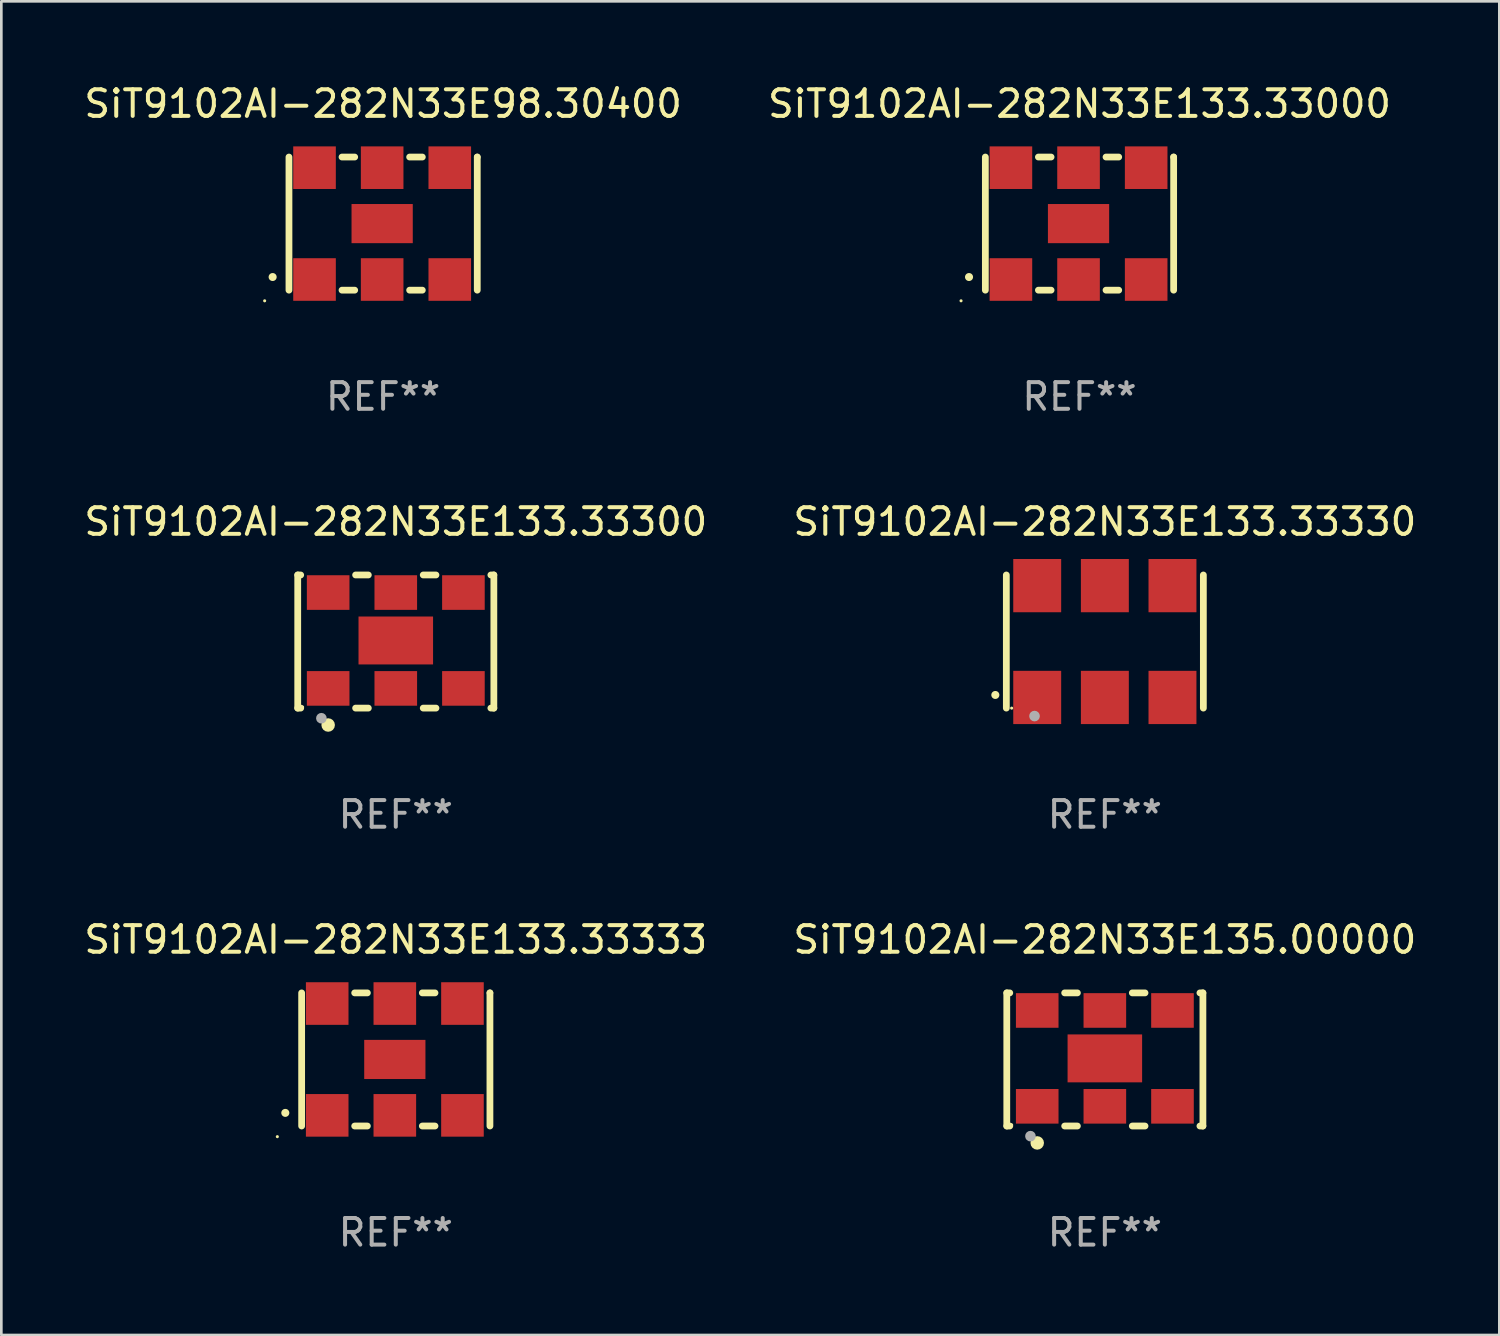
<source format=kicad_pcb>
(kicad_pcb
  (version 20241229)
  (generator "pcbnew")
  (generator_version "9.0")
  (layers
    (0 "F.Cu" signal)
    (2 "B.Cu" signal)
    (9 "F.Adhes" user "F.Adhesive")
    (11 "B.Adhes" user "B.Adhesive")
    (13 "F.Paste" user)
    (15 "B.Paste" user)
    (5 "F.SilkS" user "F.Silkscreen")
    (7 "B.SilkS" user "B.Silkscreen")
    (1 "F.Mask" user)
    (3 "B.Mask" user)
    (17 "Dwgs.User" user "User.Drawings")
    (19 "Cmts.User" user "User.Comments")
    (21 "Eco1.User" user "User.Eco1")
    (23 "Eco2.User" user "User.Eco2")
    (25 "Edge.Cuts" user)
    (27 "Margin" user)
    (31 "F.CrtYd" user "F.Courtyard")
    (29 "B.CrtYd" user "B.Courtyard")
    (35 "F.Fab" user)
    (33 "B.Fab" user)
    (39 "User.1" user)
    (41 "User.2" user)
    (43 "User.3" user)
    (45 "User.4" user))
  (footprint "SiT9102AI-282N33E98.30400"
    (layer "F.Cu")
    (at 11.339 5.348)
    (property "Reference" "SiT9102AI-282N33E98.30400" (at 0 -4.5 0) (layer "F.SilkS") (effects (font (size 1 1) (thickness 0.15))))
    (attr through_hole)
    (fp_line (start -3.536 -2.5) (end -3.536 2.5) (stroke (width 0.254) (type solid)) (layer "F.SilkS"))
    (fp_line (start -1.544 2.5) (end -1.067 2.5) (stroke (width 0.254) (type solid)) (layer "F.SilkS"))
    (fp_line (start -1.067 -2.5) (end -1.544 -2.5) (stroke (width 0.254) (type solid)) (layer "F.SilkS"))
    (fp_line (start 0.996 2.5) (end 1.473 2.5) (stroke (width 0.254) (type solid)) (layer "F.SilkS"))
    (fp_line (start 1.473 -2.5) (end 0.996 -2.5) (stroke (width 0.254) (type solid)) (layer "F.SilkS"))
    (fp_line (start 3.536 -2.5) (end 3.536 -2.5) (stroke (width 0.254) (type solid)) (layer "F.SilkS"))
    (fp_line (start 3.536 2.5) (end 3.536 -2.5) (stroke (width 0.254) (type solid)) (layer "F.SilkS"))
    (fp_arc (start -4.150432 2.006604) (mid -4.149162 2.006599) (end -4.147892 2.006604) (stroke (width 0.3) (type solid)) (layer "F.SilkS"))
    (fp_circle (center -4.449 2.9) (end -4.419 2.9) (stroke (width 0.06) (type solid)) (fill no) (layer "F.SilkS"))
    (fp_text user "REF**" (at 0 6.5 0) (layer "F.Fab") (effects (font (size 1 1) (thickness 0.15))))
    (pad "1" smd rect (at -2.576 2.1) (size 1.6 1.6) (layers "F.Cu" "F.Mask" "F.Paste"))
    (pad "2" smd rect (at -0.036 2.1) (size 1.6 1.6) (layers "F.Cu" "F.Mask" "F.Paste"))
    (pad "3" smd rect (at 2.504 2.1) (size 1.6 1.6) (layers "F.Cu" "F.Mask" "F.Paste"))
    (pad "4" smd rect (at 2.504 -2.1) (size 1.6 1.6) (layers "F.Cu" "F.Mask" "F.Paste"))
    (pad "5" smd rect (at -0.036 -2.1) (size 1.6 1.6) (layers "F.Cu" "F.Mask" "F.Paste"))
    (pad "6" smd rect (at -2.576 -2.1) (size 1.6 1.6) (layers "F.Cu" "F.Mask" "F.Paste"))
    (pad "7" smd rect (at -0.036 0) (size 2.3 1.47) (layers "F.Cu" "F.Mask" "F.Paste")))
  (footprint "SiT9102AI-282N33E133.33330"
    (layer "F.Cu")
    (at 38.446 21.045)
    (property "Reference" "SiT9102AI-282N33E133.33330" (at 0 -4.5 0) (layer "F.SilkS") (effects (font (size 1 1) (thickness 0.15))))
    (attr through_hole)
    (fp_line (start -3.7 -2.5) (end -3.7 2.5) (stroke (width 0.254) (type solid)) (layer "F.SilkS"))
    (fp_line (start 3.7 -2.5) (end 3.7 2.5) (stroke (width 0.254) (type solid)) (layer "F.SilkS"))
    (fp_arc (start -4.114415 2.006604) (mid -4.113145 2.006599) (end -4.111875 2.006604) (stroke (width 0.3) (type solid)) (layer "F.SilkS"))
    (fp_circle (center -3.5 2.501) (end -3.47 2.501) (stroke (width 0.06) (type solid)) (fill no) (layer "F.SilkS"))
    (fp_circle (center -2.641 2.799) (end -2.541 2.799) (stroke (width 0.2) (type solid)) (fill no) (layer "F.Fab"))
    (fp_text user "REF**" (at 0 6.5 0) (layer "F.Fab") (effects (font (size 1 1) (thickness 0.15))))
    (pad "1" smd rect (at -2.54 2.1) (size 1.8 2) (layers "F.Cu" "F.Mask" "F.Paste"))
    (pad "2" smd rect (at 0.000394 2.1) (size 1.8 2) (layers "F.Cu" "F.Mask" "F.Paste"))
    (pad "3" smd rect (at 2.54 2.1) (size 1.8 2) (layers "F.Cu" "F.Mask" "F.Paste"))
    (pad "4" smd rect (at 2.54 -2.1) (size 1.8 2) (layers "F.Cu" "F.Mask" "F.Paste"))
    (pad "5" smd rect (at 0.000394 -2.1) (size 1.8 2) (layers "F.Cu" "F.Mask" "F.Paste"))
    (pad "6" smd rect (at -2.54 -2.1) (size 1.8 2) (layers "F.Cu" "F.Mask" "F.Paste")))
  (footprint "SiT9102AI-282N33E133.33333"
    (layer "F.Cu")
    (at 11.815 36.741)
    (property "Reference" "SiT9102AI-282N33E133.33333" (at 0 -4.5 0) (layer "F.SilkS") (effects (font (size 1 1) (thickness 0.15))))
    (attr through_hole)
    (fp_line (start -3.536 -2.5) (end -3.536 2.5) (stroke (width 0.254) (type solid)) (layer "F.SilkS"))
    (fp_line (start -1.544 2.5) (end -1.067 2.5) (stroke (width 0.254) (type solid)) (layer "F.SilkS"))
    (fp_line (start -1.067 -2.5) (end -1.544 -2.5) (stroke (width 0.254) (type solid)) (layer "F.SilkS"))
    (fp_line (start 0.996 2.5) (end 1.473 2.5) (stroke (width 0.254) (type solid)) (layer "F.SilkS"))
    (fp_line (start 1.473 -2.5) (end 0.996 -2.5) (stroke (width 0.254) (type solid)) (layer "F.SilkS"))
    (fp_line (start 3.536 -2.5) (end 3.536 -2.5) (stroke (width 0.254) (type solid)) (layer "F.SilkS"))
    (fp_line (start 3.536 2.5) (end 3.536 -2.5) (stroke (width 0.254) (type solid)) (layer "F.SilkS"))
    (fp_arc (start -4.150432 2.006604) (mid -4.149162 2.006599) (end -4.147892 2.006604) (stroke (width 0.3) (type solid)) (layer "F.SilkS"))
    (fp_circle (center -4.449 2.9) (end -4.419 2.9) (stroke (width 0.06) (type solid)) (fill no) (layer "F.SilkS"))
    (fp_text user "REF**" (at 0 6.5 0) (layer "F.Fab") (effects (font (size 1 1) (thickness 0.15))))
    (pad "1" smd rect (at -2.576 2.1) (size 1.6 1.6) (layers "F.Cu" "F.Mask" "F.Paste"))
    (pad "2" smd rect (at -0.036 2.1) (size 1.6 1.6) (layers "F.Cu" "F.Mask" "F.Paste"))
    (pad "3" smd rect (at 2.504 2.1) (size 1.6 1.6) (layers "F.Cu" "F.Mask" "F.Paste"))
    (pad "4" smd rect (at 2.504 -2.1) (size 1.6 1.6) (layers "F.Cu" "F.Mask" "F.Paste"))
    (pad "5" smd rect (at -0.036 -2.1) (size 1.6 1.6) (layers "F.Cu" "F.Mask" "F.Paste"))
    (pad "6" smd rect (at -2.576 -2.1) (size 1.6 1.6) (layers "F.Cu" "F.Mask" "F.Paste"))
    (pad "7" smd rect (at -0.036 0) (size 2.3 1.47) (layers "F.Cu" "F.Mask" "F.Paste")))
  (footprint "SiT9102AI-282N33E135.00000"
    (layer "F.Cu")
    (at 38.446 36.741)
    (property "Reference" "SiT9102AI-282N33E135.00000" (at 0 -4.5 0) (layer "F.SilkS") (effects (font (size 1 1) (thickness 0.15))))
    (attr through_hole)
    (fp_line (start -3.683 -2.5) (end -3.571 -2.5) (stroke (width 0.254) (type solid)) (layer "F.SilkS"))
    (fp_line (start -3.683 2.5) (end -3.683 -2.5) (stroke (width 0.254) (type solid)) (layer "F.SilkS"))
    (fp_line (start -3.683 2.5) (end -3.571 2.5) (stroke (width 0.254) (type solid)) (layer "F.SilkS"))
    (fp_line (start -1.509 -2.5) (end -1.031 -2.5) (stroke (width 0.254) (type solid)) (layer "F.SilkS"))
    (fp_line (start -1.509 2.5) (end -1.031 2.5) (stroke (width 0.254) (type solid)) (layer "F.SilkS"))
    (fp_line (start 1.031 -2.5) (end 1.509 -2.5) (stroke (width 0.254) (type solid)) (layer "F.SilkS"))
    (fp_line (start 1.031 2.5) (end 1.509 2.5) (stroke (width 0.254) (type solid)) (layer "F.SilkS"))
    (fp_line (start 3.571 -2.5) (end 3.683 -2.5) (stroke (width 0.254) (type solid)) (layer "F.SilkS"))
    (fp_line (start 3.571 2.5) (end 3.683 2.5) (stroke (width 0.254) (type solid)) (layer "F.SilkS"))
    (fp_line (start 3.683 2.5) (end 3.683 -2.5) (stroke (width 0.254) (type solid)) (layer "F.SilkS"))
    (fp_circle (center -3.5 2.46) (end -3.47 2.46) (stroke (width 0.06) (type solid)) (fill no) (layer "F.SilkS"))
    (fp_circle (center -2.54 3.135) (end -2.413 3.135) (stroke (width 0.254) (type solid)) (fill no) (layer "F.SilkS"))
    (fp_circle (center -2.794 2.881) (end -2.694 2.881) (stroke (width 0.2) (type solid)) (fill no) (layer "F.Fab"))
    (fp_text user "REF**" (at 0 6.5 0) (layer "F.Fab") (effects (font (size 1 1) (thickness 0.15))))
    (pad "1" smd rect (at -2.54 1.76) (size 1.6 1.3) (layers "F.Cu" "F.Mask" "F.Paste"))
    (pad "2" smd rect (at 0 1.76) (size 1.6 1.3) (layers "F.Cu" "F.Mask" "F.Paste"))
    (pad "3" smd rect (at 2.54 1.76) (size 1.6 1.3) (layers "F.Cu" "F.Mask" "F.Paste"))
    (pad "4" smd rect (at 2.54 -1.84) (size 1.6 1.3) (layers "F.Cu" "F.Mask" "F.Paste"))
    (pad "5" smd rect (at 0 -1.84) (size 1.6 1.3) (layers "F.Cu" "F.Mask" "F.Paste"))
    (pad "6" smd rect (at -2.54 -1.84) (size 1.6 1.3) (layers "F.Cu" "F.Mask" "F.Paste"))
    (pad "7" smd rect (at 0 -0.04) (size 2.8 1.8) (layers "F.Cu" "F.Mask" "F.Paste")))
  (footprint "SiT9102AI-282N33E133.33300"
    (layer "F.Cu")
    (at 11.815 21.045)
    (property "Reference" "SiT9102AI-282N33E133.33300" (at 0 -4.5 0) (layer "F.SilkS") (effects (font (size 1 1) (thickness 0.15))))
    (attr through_hole)
    (fp_line (start -3.683 -2.5) (end -3.571 -2.5) (stroke (width 0.254) (type solid)) (layer "F.SilkS"))
    (fp_line (start -3.683 2.5) (end -3.683 -2.5) (stroke (width 0.254) (type solid)) (layer "F.SilkS"))
    (fp_line (start -3.683 2.5) (end -3.571 2.5) (stroke (width 0.254) (type solid)) (layer "F.SilkS"))
    (fp_line (start -1.509 -2.5) (end -1.031 -2.5) (stroke (width 0.254) (type solid)) (layer "F.SilkS"))
    (fp_line (start -1.509 2.5) (end -1.031 2.5) (stroke (width 0.254) (type solid)) (layer "F.SilkS"))
    (fp_line (start 1.031 -2.5) (end 1.509 -2.5) (stroke (width 0.254) (type solid)) (layer "F.SilkS"))
    (fp_line (start 1.031 2.5) (end 1.509 2.5) (stroke (width 0.254) (type solid)) (layer "F.SilkS"))
    (fp_line (start 3.571 -2.5) (end 3.683 -2.5) (stroke (width 0.254) (type solid)) (layer "F.SilkS"))
    (fp_line (start 3.571 2.5) (end 3.683 2.5) (stroke (width 0.254) (type solid)) (layer "F.SilkS"))
    (fp_line (start 3.683 2.5) (end 3.683 -2.5) (stroke (width 0.254) (type solid)) (layer "F.SilkS"))
    (fp_circle (center -3.5 2.46) (end -3.47 2.46) (stroke (width 0.06) (type solid)) (fill no) (layer "F.SilkS"))
    (fp_circle (center -2.54 3.135) (end -2.413 3.135) (stroke (width 0.254) (type solid)) (fill no) (layer "F.SilkS"))
    (fp_circle (center -2.794 2.881) (end -2.694 2.881) (stroke (width 0.2) (type solid)) (fill no) (layer "F.Fab"))
    (fp_text user "REF**" (at 0 6.5 0) (layer "F.Fab") (effects (font (size 1 1) (thickness 0.15))))
    (pad "1" smd rect (at -2.54 1.76) (size 1.6 1.3) (layers "F.Cu" "F.Mask" "F.Paste"))
    (pad "2" smd rect (at 0 1.76) (size 1.6 1.3) (layers "F.Cu" "F.Mask" "F.Paste"))
    (pad "3" smd rect (at 2.54 1.76) (size 1.6 1.3) (layers "F.Cu" "F.Mask" "F.Paste"))
    (pad "4" smd rect (at 2.54 -1.84) (size 1.6 1.3) (layers "F.Cu" "F.Mask" "F.Paste"))
    (pad "5" smd rect (at 0 -1.84) (size 1.6 1.3) (layers "F.Cu" "F.Mask" "F.Paste"))
    (pad "6" smd rect (at -2.54 -1.84) (size 1.6 1.3) (layers "F.Cu" "F.Mask" "F.Paste"))
    (pad "7" smd rect (at 0 -0.04) (size 2.8 1.8) (layers "F.Cu" "F.Mask" "F.Paste")))
  (footprint "SiT9102AI-282N33E133.33000"
    (layer "F.Cu")
    (at 37.494 5.348)
    (property "Reference" "SiT9102AI-282N33E133.33000" (at 0 -4.5 0) (layer "F.SilkS") (effects (font (size 1 1) (thickness 0.15))))
    (attr through_hole)
    (fp_line (start -3.536 -2.5) (end -3.536 2.5) (stroke (width 0.254) (type solid)) (layer "F.SilkS"))
    (fp_line (start -1.544 2.5) (end -1.067 2.5) (stroke (width 0.254) (type solid)) (layer "F.SilkS"))
    (fp_line (start -1.067 -2.5) (end -1.544 -2.5) (stroke (width 0.254) (type solid)) (layer "F.SilkS"))
    (fp_line (start 0.996 2.5) (end 1.473 2.5) (stroke (width 0.254) (type solid)) (layer "F.SilkS"))
    (fp_line (start 1.473 -2.5) (end 0.996 -2.5) (stroke (width 0.254) (type solid)) (layer "F.SilkS"))
    (fp_line (start 3.536 -2.5) (end 3.536 -2.5) (stroke (width 0.254) (type solid)) (layer "F.SilkS"))
    (fp_line (start 3.536 2.5) (end 3.536 -2.5) (stroke (width 0.254) (type solid)) (layer "F.SilkS"))
    (fp_arc (start -4.150432 2.006604) (mid -4.149162 2.006599) (end -4.147892 2.006604) (stroke (width 0.3) (type solid)) (layer "F.SilkS"))
    (fp_circle (center -4.449 2.9) (end -4.419 2.9) (stroke (width 0.06) (type solid)) (fill no) (layer "F.SilkS"))
    (fp_text user "REF**" (at 0 6.5 0) (layer "F.Fab") (effects (font (size 1 1) (thickness 0.15))))
    (pad "1" smd rect (at -2.576 2.1) (size 1.6 1.6) (layers "F.Cu" "F.Mask" "F.Paste"))
    (pad "2" smd rect (at -0.036 2.1) (size 1.6 1.6) (layers "F.Cu" "F.Mask" "F.Paste"))
    (pad "3" smd rect (at 2.504 2.1) (size 1.6 1.6) (layers "F.Cu" "F.Mask" "F.Paste"))
    (pad "4" smd rect (at 2.504 -2.1) (size 1.6 1.6) (layers "F.Cu" "F.Mask" "F.Paste"))
    (pad "5" smd rect (at -0.036 -2.1) (size 1.6 1.6) (layers "F.Cu" "F.Mask" "F.Paste"))
    (pad "6" smd rect (at -2.576 -2.1) (size 1.6 1.6) (layers "F.Cu" "F.Mask" "F.Paste"))
    (pad "7" smd rect (at -0.036 0) (size 2.3 1.47) (layers "F.Cu" "F.Mask" "F.Paste")))
  (gr_rect
    (start -3 -3)
    (end 53.262 47.09)
    (stroke (width 0.1) (type default))
    (fill no)
    (layer "Edge.Cuts")))
</source>
